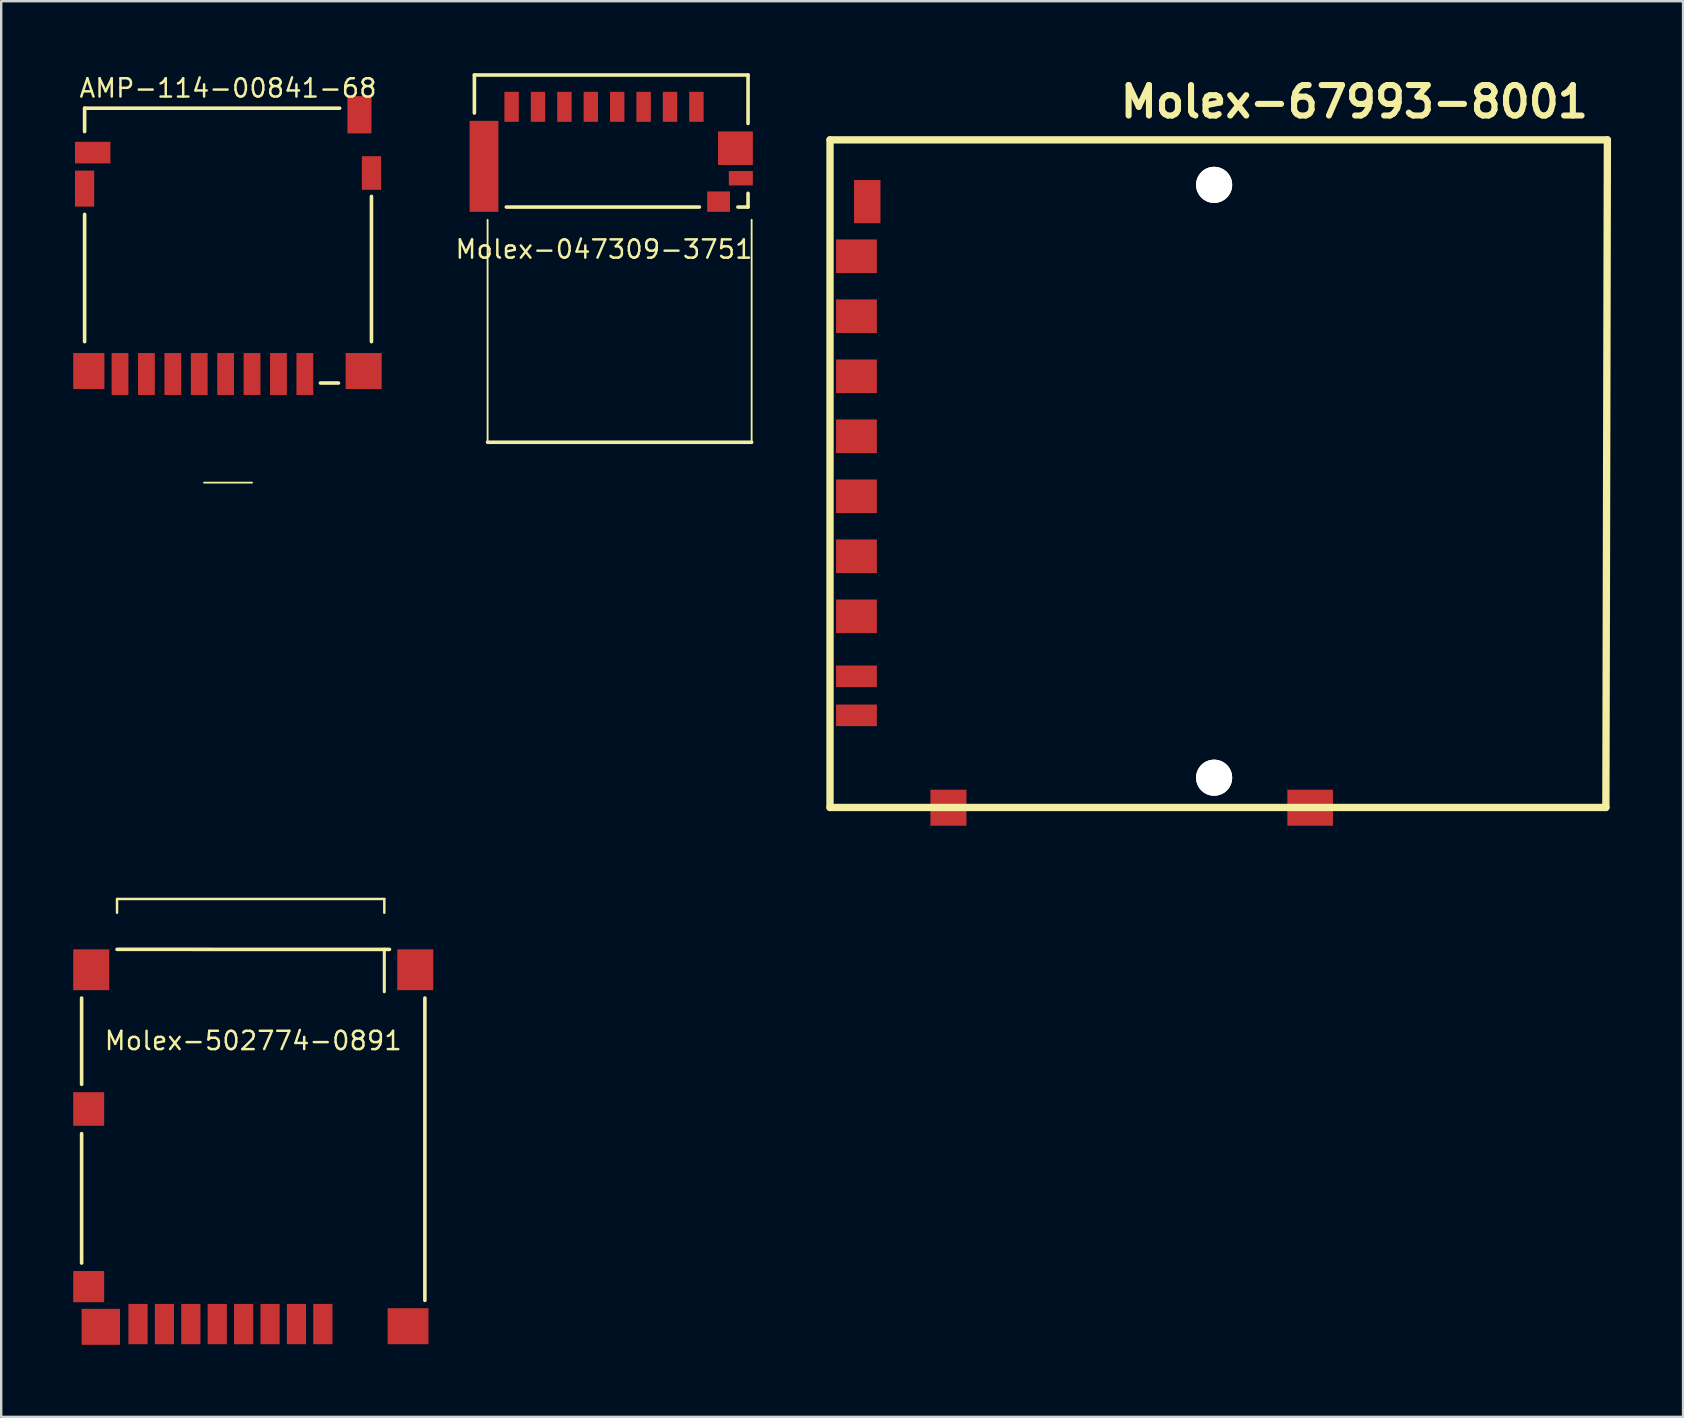
<source format=kicad_pcb>
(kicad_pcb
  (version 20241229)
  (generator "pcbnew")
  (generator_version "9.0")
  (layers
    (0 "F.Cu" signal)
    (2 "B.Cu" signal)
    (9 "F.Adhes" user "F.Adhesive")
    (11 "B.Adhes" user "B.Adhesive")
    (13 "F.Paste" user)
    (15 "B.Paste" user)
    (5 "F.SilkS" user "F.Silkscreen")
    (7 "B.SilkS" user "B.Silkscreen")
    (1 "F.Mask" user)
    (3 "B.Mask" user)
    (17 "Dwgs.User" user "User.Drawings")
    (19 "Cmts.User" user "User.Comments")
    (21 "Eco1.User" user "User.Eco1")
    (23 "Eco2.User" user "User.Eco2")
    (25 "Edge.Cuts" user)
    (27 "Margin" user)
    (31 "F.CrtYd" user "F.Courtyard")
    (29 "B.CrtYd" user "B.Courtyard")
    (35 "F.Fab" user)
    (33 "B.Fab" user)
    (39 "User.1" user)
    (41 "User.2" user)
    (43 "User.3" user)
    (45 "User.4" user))
  (footprint "Molex-67993-8001"
    (layer "F.Cu")
    (at 47.53 17)
    (property "Reference" "Molex-67993-8001" (at 5.842 -15.812 0) (layer "F.SilkS") (effects (font (size 1.27 1.27) (thickness 0.254))))
    (attr through_hole)
    (fp_line (start -16.002 -14.224) (end 16.383 -14.224) (stroke (width 0.305) (type solid)) (layer "F.SilkS"))
    (fp_line (start -16.002 13.589) (end -16.002 -14.224) (stroke (width 0.305) (type solid)) (layer "F.SilkS"))
    (fp_line (start 16.32 13.589) (end -16.002 13.589) (stroke (width 0.305) (type solid)) (layer "F.SilkS"))
    (fp_line (start 16.383 -14.224) (end 16.32 13.589) (stroke (width 0.305) (type solid)) (layer "F.SilkS"))
    (pad "" thru_hole circle (at 0 -12.349) (size 1.501 1.501) (drill 1.501) (layers "*.Cu" "*.Mask" "F.SilkS"))
    (pad "" thru_hole circle (at 0 12.349) (size 1.501 1.501) (drill 1.501) (layers "*.Cu" "*.Mask" "F.SilkS"))
    (pad "1" smd rect (at -14.9 -6.876) (size 1.699 1.4) (layers "F.Cu" "F.Mask" "F.Paste"))
    (pad "2" smd rect (at -14.9 -4.374) (size 1.699 1.4) (layers "F.Cu" "F.Mask" "F.Paste"))
    (pad "3" smd rect (at -14.9 -1.875) (size 1.699 1.4) (layers "F.Cu" "F.Mask" "F.Paste"))
    (pad "4" smd rect (at -14.9 0.625) (size 1.699 1.4) (layers "F.Cu" "F.Mask" "F.Paste"))
    (pad "5" smd rect (at -14.9 3.124) (size 1.699 1.4) (layers "F.Cu" "F.Mask" "F.Paste"))
    (pad "6" smd rect (at -14.9 5.626) (size 1.699 1.4) (layers "F.Cu" "F.Mask" "F.Paste"))
    (pad "7" smd rect (at -14.9 8.125) (size 1.699 0.899) (layers "F.Cu" "F.Mask" "F.Paste"))
    (pad "8" smd rect (at -14.9 9.751) (size 1.699 0.899) (layers "F.Cu" "F.Mask" "F.Paste"))
    (pad "9" smd rect (at -14.9 -9.375) (size 1.699 1.4) (layers "F.Cu" "F.Mask" "F.Paste"))
    (pad "10" smd rect (at -11.069 13.599) (size 1.501 1.501) (layers "F.Cu" "F.Mask" "F.Paste"))
    (pad "11" smd rect (at -14.45 -11.651) (size 1.1 1.801) (layers "F.Cu" "F.Mask" "F.Paste"))
    (pad "12" smd rect (at 4 13.599) (size 1.9 1.501) (layers "F.Cu" "F.Mask" "F.Paste")))
  (footprint "AMP-114-00841-68"
    (layer "F.Cu")
    (at 6.45 7.182)
    (property "Reference" "AMP-114-00841-68" (at 0 -6.558 0) (layer "F.SilkS") (effects (font (size 0.762 0.762) (thickness 0.102))))
    (attr through_hole)
    (fp_line (start -5.975 -5.725) (end -5.975 -4.75) (stroke (width 0.15) (type solid)) (layer "F.SilkS"))
    (fp_line (start -5.975 -1.3) (end -5.975 4) (stroke (width 0.15) (type solid)) (layer "F.SilkS"))
    (fp_line (start -1 9.875) (end 1 9.875) (stroke (width 0.076) (type solid)) (layer "F.SilkS"))
    (fp_line (start 3.85 5.725) (end 4.6 5.725) (stroke (width 0.15) (type solid)) (layer "F.SilkS"))
    (fp_line (start 4.65 -5.725) (end -5.975 -5.725) (stroke (width 0.15) (type solid)) (layer "F.SilkS"))
    (fp_line (start 5.975 4) (end 5.975 -2.05) (stroke (width 0.15) (type solid)) (layer "F.SilkS"))
    (pad "1" smd rect (at 3.2 5.35) (size 0.7 1.75) (layers "F.Cu" "F.Mask" "F.Paste"))
    (pad "2" smd rect (at 2.1 5.35) (size 0.7 1.75) (layers "F.Cu" "F.Mask" "F.Paste"))
    (pad "3" smd rect (at 1 5.35) (size 0.7 1.75) (layers "F.Cu" "F.Mask" "F.Paste"))
    (pad "4" smd rect (at -0.1 5.35) (size 0.7 1.75) (layers "F.Cu" "F.Mask" "F.Paste"))
    (pad "5" smd rect (at -1.2 5.35) (size 0.7 1.75) (layers "F.Cu" "F.Mask" "F.Paste"))
    (pad "6" smd rect (at -2.3 5.35) (size 0.7 1.75) (layers "F.Cu" "F.Mask" "F.Paste"))
    (pad "7" smd rect (at -3.4 5.35) (size 0.7 1.75) (layers "F.Cu" "F.Mask" "F.Paste"))
    (pad "8" smd rect (at -4.5 5.35) (size 0.7 1.75) (layers "F.Cu" "F.Mask" "F.Paste"))
    (pad "CD1" smd rect (at -5.638 -3.875) (size 1.475 0.9) (layers "F.Cu" "F.Mask" "F.Paste"))
    (pad "CD2" smd rect (at 5.475 -5.45) (size 1 1.55) (layers "F.Cu" "F.Mask" "F.Paste"))
    (pad "shld" smd rect (at -5.975 -2.375) (size 0.8 1.5) (layers "F.Cu" "F.Mask" "F.Paste"))
    (pad "shld" smd rect (at -5.8 5.225) (size 1.3 1.5) (layers "F.Cu" "F.Mask" "F.Paste"))
    (pad "shld" smd rect (at 5.65 5.225) (size 1.5 1.5) (layers "F.Cu" "F.Mask" "F.Paste"))
    (pad "shld" smd rect (at 5.975 -3.025) (size 0.8 1.4) (layers "F.Cu" "F.Mask" "F.Paste")))
  (footprint "Molex-047309-3751"
    (layer "F.Cu")
    (at 22.113 2.825)
    (property "Reference" "Molex-047309-3751" (at 0 4.511 0) (layer "F.SilkS") (effects (font (size 0.762 0.762) (thickness 0.102))))
    (attr through_hole)
    (fp_line (start -5.4 -2.75) (end -5.4 -1.168) (stroke (width 0.15) (type solid)) (layer "F.SilkS"))
    (fp_line (start -5.4 -2.75) (end 6 -2.75) (stroke (width 0.15) (type solid)) (layer "F.SilkS"))
    (fp_line (start -4.85 12.55) (end -4.85 3.282) (stroke (width 0.076) (type solid)) (layer "F.SilkS"))
    (fp_line (start -4.85 12.55) (end 6.15 12.55) (stroke (width 0.15) (type solid)) (layer "F.SilkS"))
    (fp_line (start -4.069 2.75) (end 3.973 2.75) (stroke (width 0.15) (type solid)) (layer "F.SilkS"))
    (fp_line (start 6 -2.75) (end 6 -0.732) (stroke (width 0.15) (type solid)) (layer "F.SilkS"))
    (fp_line (start 6 2.75) (end 5.578 2.75) (stroke (width 0.15) (type solid)) (layer "F.SilkS"))
    (fp_line (start 6 2.75) (end 6 2.179) (stroke (width 0.15) (type solid)) (layer "F.SilkS"))
    (fp_line (start 6.15 12.55) (end 6.15 3.282) (stroke (width 0.076) (type solid)) (layer "F.SilkS"))
    (pad "0" smd rect (at -5 1.055) (size 1.2 3.79) (layers "F.Cu" "F.Mask" "F.Paste"))
    (pad "0" smd rect (at 5.475 0.3) (size 1.45 1.4) (layers "F.Cu" "F.Mask" "F.Paste"))
    (pad "1" smd rect (at 3.85 -1.425) (size 0.6 1.25) (layers "F.Cu" "F.Mask" "F.Paste"))
    (pad "1" smd rect (at 5.7 1.55) (size 1 0.6) (layers "F.Cu" "F.Mask" "F.Paste"))
    (pad "2" smd rect (at 2.75 -1.425) (size 0.6 1.25) (layers "F.Cu" "F.Mask" "F.Paste"))
    (pad "2" smd rect (at 4.775 2.525) (size 0.95 0.85) (layers "F.Cu" "F.Mask" "F.Paste"))
    (pad "3" smd rect (at 1.65 -1.425) (size 0.6 1.25) (layers "F.Cu" "F.Mask" "F.Paste"))
    (pad "4" smd rect (at 0.55 -1.425) (size 0.6 1.25) (layers "F.Cu" "F.Mask" "F.Paste"))
    (pad "5" smd rect (at -0.55 -1.425) (size 0.6 1.25) (layers "F.Cu" "F.Mask" "F.Paste"))
    (pad "6" smd rect (at -1.65 -1.425) (size 0.6 1.25) (layers "F.Cu" "F.Mask" "F.Paste"))
    (pad "7" smd rect (at -2.75 -1.425) (size 0.6 1.25) (layers "F.Cu" "F.Mask" "F.Paste"))
    (pad "8" smd rect (at -3.85 -1.425) (size 0.6 1.25) (layers "F.Cu" "F.Mask" "F.Paste")))
  (footprint "Molex-502774-0891"
    (layer "F.Cu")
    (at 7.5 43.975)
    (property "Reference" "Molex-502774-0891" (at 0 -3.668 0) (layer "F.SilkS") (effects (font (size 0.762 0.762) (thickness 0.102))))
    (attr through_hole)
    (fp_line (start -7.15 -1.854) (end -7.15 -5.446) (stroke (width 0.15) (type solid)) (layer "F.SilkS"))
    (fp_line (start -7.15 0.203) (end -7.15 5.593) (stroke (width 0.15) (type solid)) (layer "F.SilkS"))
    (fp_line (start -5.675 -9.574) (end 5.46 -9.574) (stroke (width 0.102) (type solid)) (layer "F.SilkS"))
    (fp_line (start -5.675 -9) (end -5.675 -9.574) (stroke (width 0.102) (type solid)) (layer "F.SilkS"))
    (fp_line (start 5.46 -9.574) (end 5.46 -9) (stroke (width 0.102) (type solid)) (layer "F.SilkS"))
    (fp_line (start 5.46 -7.483) (end 5.46 -5.71) (stroke (width 0.127) (type solid)) (layer "F.SilkS"))
    (fp_line (start 5.674 -7.474) (end -5.674 -7.475) (stroke (width 0.15) (type solid)) (layer "F.SilkS"))
    (fp_line (start 7.15 7.148) (end 7.15 -5.446) (stroke (width 0.15) (type solid)) (layer "F.SilkS"))
    (pad "0" smd rect (at -6.75 -6.625) (size 1.5 1.7) (layers "F.Cu" "F.Mask" "F.Paste"))
    (pad "0" smd rect (at -6.35 8.25) (size 1.6 1.5) (layers "F.Cu" "F.Mask" "F.Paste"))
    (pad "0" smd rect (at 6.45 8.225) (size 1.7 1.5) (layers "F.Cu" "F.Mask" "F.Paste"))
    (pad "0" smd rect (at 6.75 -6.625) (size 1.5 1.7) (layers "F.Cu" "F.Mask" "F.Paste"))
    (pad "1" smd rect (at 2.9 8.135) (size 0.8 1.68) (layers "F.Cu" "F.Mask" "F.Paste"))
    (pad "2" smd rect (at 1.8 8.135) (size 0.8 1.68) (layers "F.Cu" "F.Mask" "F.Paste"))
    (pad "3" smd rect (at 0.7 8.135) (size 0.8 1.68) (layers "F.Cu" "F.Mask" "F.Paste"))
    (pad "4" smd rect (at -0.4 8.135) (size 0.8 1.68) (layers "F.Cu" "F.Mask" "F.Paste"))
    (pad "5" smd rect (at -1.5 8.135) (size 0.8 1.68) (layers "F.Cu" "F.Mask" "F.Paste"))
    (pad "6" smd rect (at -2.6 8.135) (size 0.8 1.68) (layers "F.Cu" "F.Mask" "F.Paste"))
    (pad "7" smd rect (at -3.7 8.135) (size 0.8 1.68) (layers "F.Cu" "F.Mask" "F.Paste"))
    (pad "8" smd rect (at -4.8 8.135) (size 0.8 1.68) (layers "F.Cu" "F.Mask" "F.Paste"))
    (pad "DGND" smd rect (at -6.855 6.575) (size 1.29 1.3) (layers "F.Cu" "F.Mask" "F.Paste"))
    (pad "DSW" smd rect (at -6.855 -0.825) (size 1.29 1.4) (layers "F.Cu" "F.Mask" "F.Paste")))
  (gr_rect
    (start -3 -3)
    (end 67.066 55.975)
    (stroke (width 0.1) (type default))
    (fill no)
    (layer "Edge.Cuts")))
</source>
